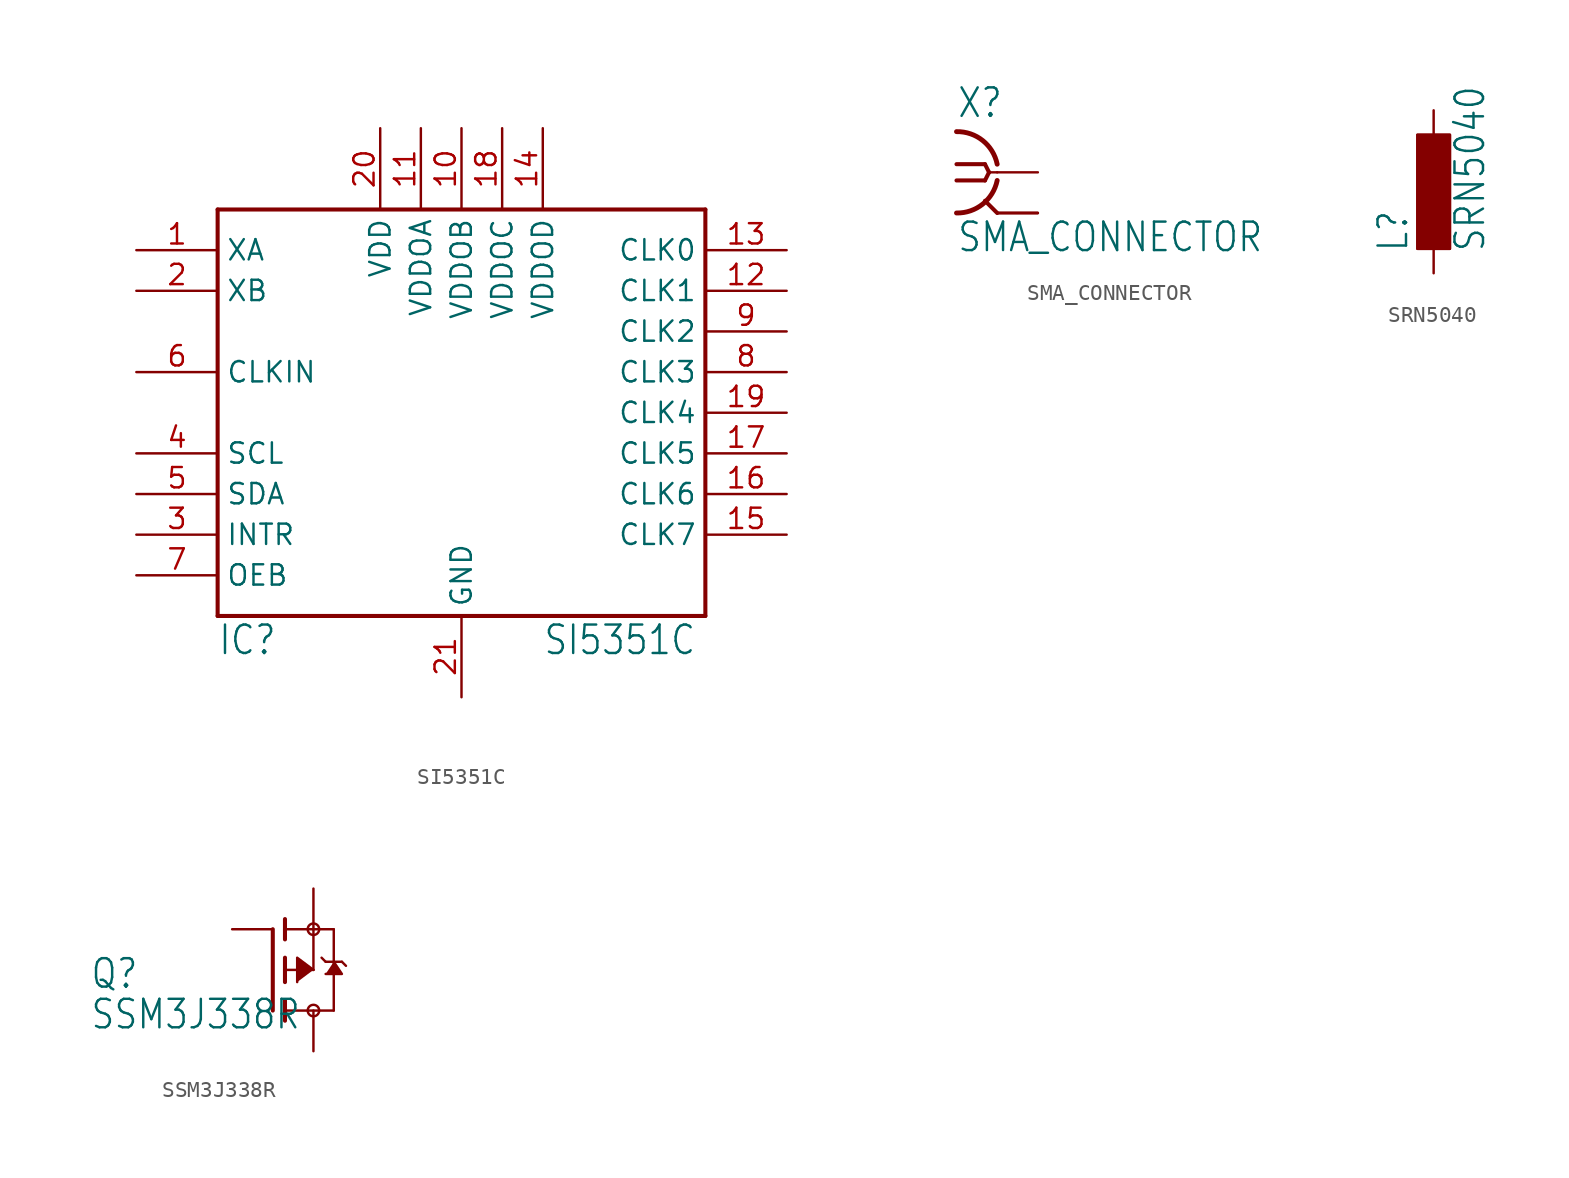
<source format=kicad_sym>
(kicad_symbol_lib
  (version 20201005)
  (generator kicad_symbol_editor)
  (symbol "SI5351C"
    (property "Reference" "IC"
      (at -15.24 -15.24 0)
      (effects (font (size 1.778 1.511)) (justify left bottom)))
    (property "Value" "SI5351C"
      (at 5.08 -15.24 0)
      (effects (font (size 1.778 1.511)) (justify left bottom)))
    (property "ki_locked" ""
      (at 0 0 0)
      (effects (font (size 1.27 1.27))))
    (symbol "SI5351C_1_0"
      (polyline (pts (xy -15.24 -12.7) (xy -15.24 12.7)) (stroke (width 0.254)) (fill (type none)))
      (polyline (pts (xy -15.24 12.7) (xy 15.24 12.7)) (stroke (width 0.254)) (fill (type none)))
      (polyline (pts (xy 15.24 -12.7) (xy -15.24 -12.7)) (stroke (width 0.254)) (fill (type none)))
      (polyline (pts (xy 15.24 12.7) (xy 15.24 -12.7)) (stroke (width 0.254)) (fill (type none)))
      (pin bidirectional line (at -20.32 10.16 0) (length 5.08) (name "XA" (effects (font (size 1.27 1.27)))) (number "1" (effects (font (size 1.27 1.27)))))
      (pin bidirectional line (at 0 17.78 270) (length 5.08) (name "VDDOB" (effects (font (size 1.27 1.27)))) (number "10" (effects (font (size 1.27 1.27)))))
      (pin bidirectional line (at -2.54 17.78 270) (length 5.08) (name "VDDOA" (effects (font (size 1.27 1.27)))) (number "11" (effects (font (size 1.27 1.27)))))
      (pin bidirectional line (at 20.32 7.62 180) (length 5.08) (name "CLK1" (effects (font (size 1.27 1.27)))) (number "12" (effects (font (size 1.27 1.27)))))
      (pin bidirectional line (at 20.32 10.16 180) (length 5.08) (name "CLK0" (effects (font (size 1.27 1.27)))) (number "13" (effects (font (size 1.27 1.27)))))
      (pin bidirectional line (at 5.08 17.78 270) (length 5.08) (name "VDDOD" (effects (font (size 1.27 1.27)))) (number "14" (effects (font (size 1.27 1.27)))))
      (pin bidirectional line (at 20.32 -7.62 180) (length 5.08) (name "CLK7" (effects (font (size 1.27 1.27)))) (number "15" (effects (font (size 1.27 1.27)))))
      (pin bidirectional line (at 20.32 -5.08 180) (length 5.08) (name "CLK6" (effects (font (size 1.27 1.27)))) (number "16" (effects (font (size 1.27 1.27)))))
      (pin bidirectional line (at 20.32 -2.54 180) (length 5.08) (name "CLK5" (effects (font (size 1.27 1.27)))) (number "17" (effects (font (size 1.27 1.27)))))
      (pin bidirectional line (at 2.54 17.78 270) (length 5.08) (name "VDDOC" (effects (font (size 1.27 1.27)))) (number "18" (effects (font (size 1.27 1.27)))))
      (pin bidirectional line (at 20.32 0 180) (length 5.08) (name "CLK4" (effects (font (size 1.27 1.27)))) (number "19" (effects (font (size 1.27 1.27)))))
      (pin bidirectional line (at -20.32 7.62 0) (length 5.08) (name "XB" (effects (font (size 1.27 1.27)))) (number "2" (effects (font (size 1.27 1.27)))))
      (pin bidirectional line (at -5.08 17.78 270) (length 5.08) (name "VDD" (effects (font (size 1.27 1.27)))) (number "20" (effects (font (size 1.27 1.27)))))
      (pin bidirectional line (at 0 -17.78 90) (length 5.08) (name "GND" (effects (font (size 1.27 1.27)))) (number "21" (effects (font (size 1.27 1.27)))))
      (pin bidirectional line (at -20.32 -7.62 0) (length 5.08) (name "INTR" (effects (font (size 1.27 1.27)))) (number "3" (effects (font (size 1.27 1.27)))))
      (pin bidirectional line (at -20.32 -2.54 0) (length 5.08) (name "SCL" (effects (font (size 1.27 1.27)))) (number "4" (effects (font (size 1.27 1.27)))))
      (pin bidirectional line (at -20.32 -5.08 0) (length 5.08) (name "SDA" (effects (font (size 1.27 1.27)))) (number "5" (effects (font (size 1.27 1.27)))))
      (pin bidirectional line (at -20.32 2.54 0) (length 5.08) (name "CLKIN" (effects (font (size 1.27 1.27)))) (number "6" (effects (font (size 1.27 1.27)))))
      (pin bidirectional line (at -20.32 -10.16 0) (length 5.08) (name "OEB" (effects (font (size 1.27 1.27)))) (number "7" (effects (font (size 1.27 1.27)))))
      (pin bidirectional line (at 20.32 2.54 180) (length 5.08) (name "CLK3" (effects (font (size 1.27 1.27)))) (number "8" (effects (font (size 1.27 1.27)))))
      (pin bidirectional line (at 20.32 5.08 180) (length 5.08) (name "CLK2" (effects (font (size 1.27 1.27)))) (number "9" (effects (font (size 1.27 1.27)))))))
  (symbol "SMA_CONNECTOR"
    (property "Reference" "X"
      (at -2.54 3.302 0)
      (effects (font (size 1.778 1.511)) (justify left bottom)))
    (property "Value" "SMA_CONNECTOR"
      (at -2.54 -5.08 0)
      (effects (font (size 1.778 1.511)) (justify left bottom)))
    (property "ki_locked" ""
      (at 0 0 0)
      (effects (font (size 1.27 1.27))))
    (symbol "SMA_CONNECTOR_1_0"
      (arc (start 0 0.508) (end -2.54 2.54) (radius (at -2.4892 0) (length 2.5405) (angles 11.5 91.1)) (stroke (width 0.3048)) (fill (type none)))
      (arc (start -2.54 -2.54) (end 0 -0.508) (radius (at -2.4892 0) (length 2.5405) (angles -91.1 -11.5)) (stroke (width 0.3048)) (fill (type none)))
      (polyline (pts (xy -2.54 0.508) (xy -0.762 0.508)) (stroke (width 0.254)) (fill (type none)))
      (polyline (pts (xy -0.762 -0.508) (xy -2.54 -0.508)) (stroke (width 0.254)) (fill (type none)))
      (polyline (pts (xy -0.762 0.508) (xy -0.508 0)) (stroke (width 0.254)) (fill (type none)))
      (polyline (pts (xy -0.508 0) (xy -0.762 -0.508)) (stroke (width 0.254)) (fill (type none)))
      (polyline (pts (xy 0 -2.54) (xy -0.762 -1.778)) (stroke (width 0.254)) (fill (type none)))
      (polyline (pts (xy 0 0) (xy -0.508 0)) (stroke (width 0.152)) (fill (type none)))
      (pin passive line (at 2.54 0 180) (length 2.54) (name "1" (effects (font (size 0 0)))) (number "1" (effects (font (size 0 0)))))
      (pin passive line (at 2.54 -2.54 180) (length 2.54) (name "2" (effects (font (size 0 0)))) (number "G@1" (effects (font (size 0 0)))))
      (pin passive line (at 2.54 -2.54 180) (length 2.54) (name "2" (effects (font (size 0 0)))) (number "G@2" (effects (font (size 0 0)))))
      (pin passive line (at 2.54 -2.54 180) (length 2.54) (name "2" (effects (font (size 0 0)))) (number "G@3" (effects (font (size 0 0)))))
      (pin passive line (at 2.54 -2.54 180) (length 2.54) (name "2" (effects (font (size 0 0)))) (number "G@4" (effects (font (size 0 0)))))))
  (symbol "SRN5040"
    (property "Reference" "L"
      (at -1.499 -3.81 90)
      (effects (font (size 1.778 1.511)) (justify left bottom)))
    (property "Value" "SRN5040"
      (at 3.302 -3.81 90)
      (effects (font (size 1.778 1.511)) (justify left bottom)))
    (property "ki_locked" ""
      (at 0 0 0)
      (effects (font (size 1.27 1.27))))
    (symbol "SRN5040_1_0"
      (rectangle (start -1.016 -3.556) (end 1.016 3.556) (stroke (width 0)) (fill (type outline)))
      (rectangle (start -1.016 -3.556) (end 1.016 3.556) (stroke (width 0)) (fill (type outline)))
      (pin passive line (at 0 5.08 270) (length 2.54) (name "1" (effects (font (size 0 0)))) (number "P$1" (effects (font (size 0 0)))))
      (pin passive line (at 0 -5.08 90) (length 2.54) (name "2" (effects (font (size 0 0)))) (number "P$2" (effects (font (size 0 0)))))))
  (symbol "SSM3J338R"
    (property "Reference" "Q"
      (at -13.97 -1.27 0)
      (effects (font (size 1.778 1.511)) (justify left bottom)))
    (property "Value" "SSM3J338R"
      (at -13.97 -3.81 0)
      (effects (font (size 1.778 1.511)) (justify left bottom)))
    (property "ki_locked" ""
      (at 0 0 0)
      (effects (font (size 1.27 1.27))))
    (symbol "SSM3J338R_1_0"
      (circle (center 0 -2.54) (radius 0.359) (stroke (width 0)) (fill (type none)))
      (circle (center 0 2.54) (radius 0.359) (stroke (width 0)) (fill (type none)))
      (polyline (pts (xy -2.54 -2.54) (xy -2.54 2.54)) (stroke (width 0.254)) (fill (type none)))
      (polyline (pts (xy -1.778 -3.175) (xy -1.778 -2.54)) (stroke (width 0.254)) (fill (type none)))
      (polyline (pts (xy -1.778 -2.54) (xy -1.778 -1.905)) (stroke (width 0.254)) (fill (type none)))
      (polyline (pts (xy -1.778 -2.54) (xy 1.27 -2.54)) (stroke (width 0.152)) (fill (type none)))
      (polyline (pts (xy -1.778 -0.762) (xy -1.778 0)) (stroke (width 0.254)) (fill (type none)))
      (polyline (pts (xy -1.778 0) (xy -1.778 0.762)) (stroke (width 0.254)) (fill (type none)))
      (polyline (pts (xy -1.778 0) (xy 0 0)) (stroke (width 0.152)) (fill (type none)))
      (polyline (pts (xy -1.778 1.905) (xy -1.778 2.54)) (stroke (width 0.254)) (fill (type none)))
      (polyline (pts (xy -1.778 2.54) (xy -1.778 3.175)) (stroke (width 0.254)) (fill (type none)))
      (polyline (pts (xy 0 0) (xy 0 2.54)) (stroke (width 0.152)) (fill (type none)))
      (polyline (pts (xy 0 2.54) (xy -1.778 2.54)) (stroke (width 0.152)) (fill (type none)))
      (polyline (pts (xy 0 2.54) (xy 1.27 2.54)) (stroke (width 0.152)) (fill (type none)))
      (polyline (pts (xy 0.508 0.762) (xy 0.762 0.508)) (stroke (width 0.152)) (fill (type none)))
      (polyline (pts (xy 0.762 0.508) (xy 1.27 0.508)) (stroke (width 0.152)) (fill (type none)))
      (polyline (pts (xy 1.27 -2.54) (xy 1.27 0.508)) (stroke (width 0.152)) (fill (type none)))
      (polyline (pts (xy 1.27 0.508) (xy 1.27 2.54)) (stroke (width 0.152)) (fill (type none)))
      (polyline (pts (xy 1.27 0.508) (xy 1.778 0.508)) (stroke (width 0.152)) (fill (type none)))
      (polyline (pts (xy 1.778 0.508) (xy 2.032 0.254)) (stroke (width 0.152)) (fill (type none)))
      (polyline (pts (xy 0 0) (xy -1.016 0.762) (xy -1.016 -0.762)) (stroke (width 0)) (fill (type outline)))
      (polyline (pts (xy 1.27 0.508) (xy 1.778 -0.254) (xy 0.762 -0.254)) (stroke (width 0)) (fill (type outline)))
      (pin passive line (at -5.08 2.54 0) (length 2.54) (name "G" (effects (font (size 0 0)))) (number "1" (effects (font (size 0 0)))))
      (pin passive line (at 0 5.08 270) (length 2.54) (name "S" (effects (font (size 0 0)))) (number "2" (effects (font (size 0 0)))))
      (pin passive line (at 0 -5.08 90) (length 2.54) (name "D" (effects (font (size 0 0)))) (number "3" (effects (font (size 0 0))))))))
</source>
